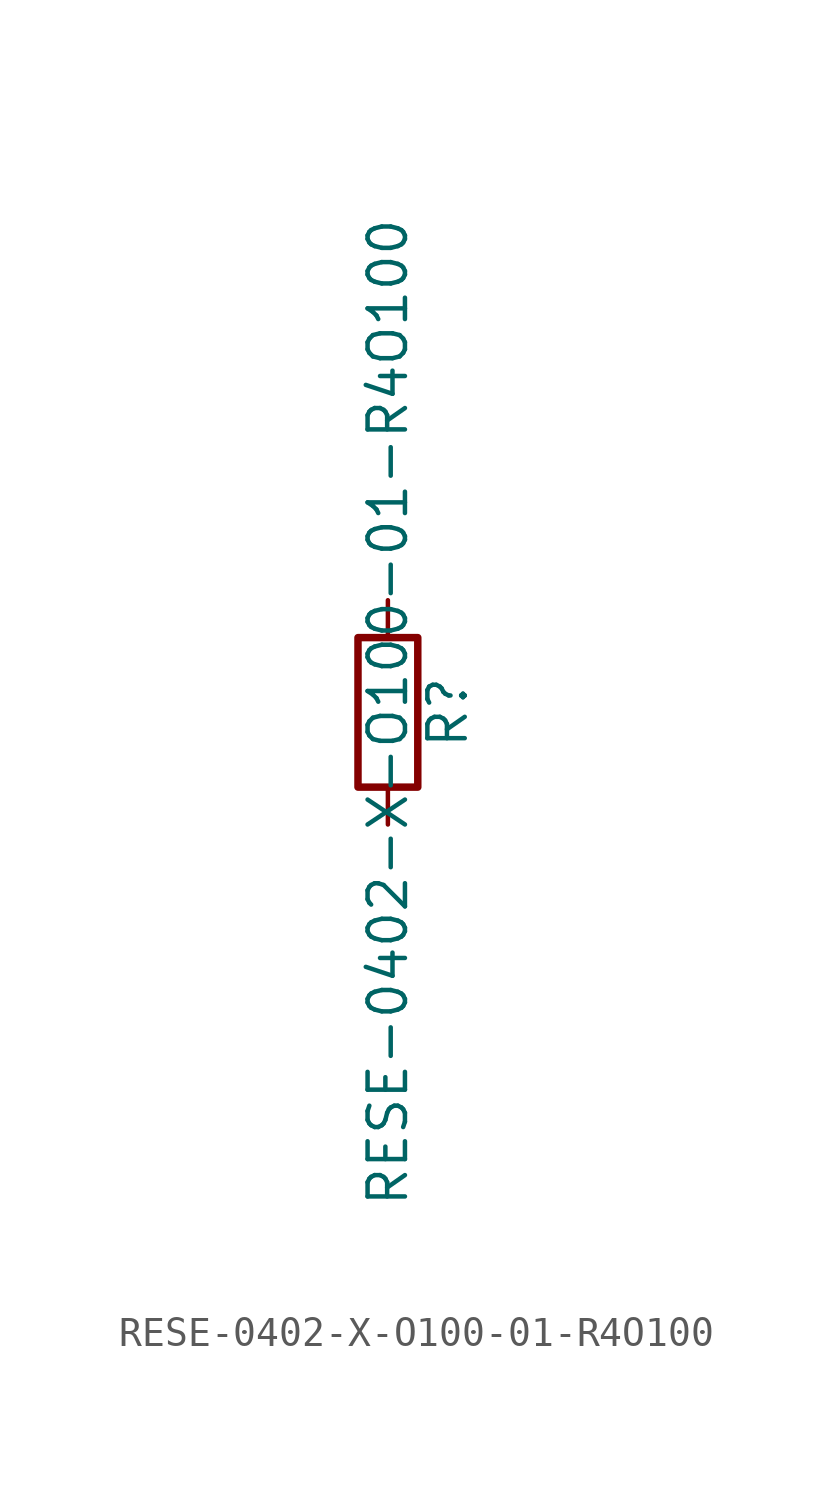
<source format=kicad_sym>
(kicad_symbol_lib
  (version 20211014)
  (generator kicad_symbol_editor)
  (symbol "RESE-0402-X-O100-01-R4O100"
    (pin_numbers hide)
    (pin_names
      (offset 0))
    (property "Reference" "R"
      (at 2.032 0 90)
      (effects (font (size 1.27 1.27))))
    (property "Value" "RESE-0402-X-O100-01-R4O100"
      (at 0 0 90)
      (effects (font (size 1.27 1.27))))
    (symbol "RESE-0402-X-O100-01-R4O100_0_1"
      (rectangle (start -1.016 -2.54) (end 1.016 2.54) (stroke (width 0.254) (type default) (color 0 0 0 0)) (fill (type none))))
    (symbol "RESE-0402-X-O100-01-R4O100_1_1"
      (pin passive line (at 0 3.81 270) (length 1.27) (name "~" (effects (font (size 1.27 1.27)))) (number "1" (effects (font (size 1.27 1.27)))))
      (pin passive line (at 0 -3.81 90) (length 1.27) (name "~" (effects (font (size 1.27 1.27)))) (number "2" (effects (font (size 1.27 1.27))))))))
</source>
